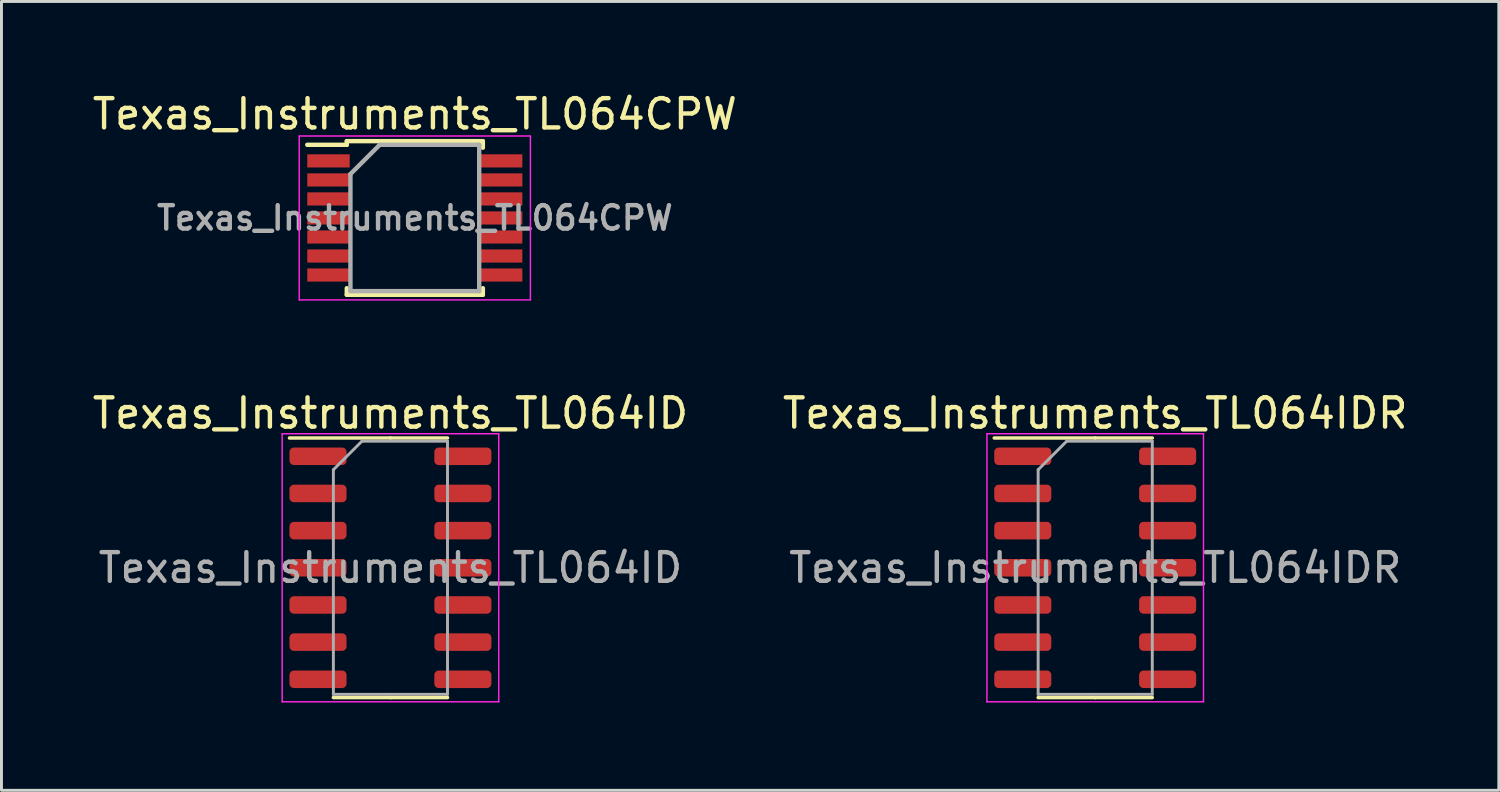
<source format=kicad_pcb>
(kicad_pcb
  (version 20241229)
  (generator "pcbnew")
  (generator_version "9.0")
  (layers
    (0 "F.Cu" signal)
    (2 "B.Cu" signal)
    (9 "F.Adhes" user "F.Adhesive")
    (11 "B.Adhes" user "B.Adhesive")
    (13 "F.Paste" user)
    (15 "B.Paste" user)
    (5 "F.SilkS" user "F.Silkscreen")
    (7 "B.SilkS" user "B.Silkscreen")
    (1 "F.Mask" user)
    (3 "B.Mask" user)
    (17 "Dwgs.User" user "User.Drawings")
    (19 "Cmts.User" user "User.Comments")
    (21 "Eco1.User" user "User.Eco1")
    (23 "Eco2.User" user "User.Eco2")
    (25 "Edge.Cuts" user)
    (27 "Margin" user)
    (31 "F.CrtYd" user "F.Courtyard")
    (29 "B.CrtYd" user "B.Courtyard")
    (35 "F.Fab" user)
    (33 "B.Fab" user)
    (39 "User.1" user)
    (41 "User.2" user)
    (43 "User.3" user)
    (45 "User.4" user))
  (footprint "Texas_Instruments_TL064CPW"
    (layer "F.Cu")
    (at 11.125 4.398)
    (property "Reference" "Texas_Instruments_TL064CPW" (at 0 -3.55 0) (layer "F.SilkS") (effects (font (size 1 1) (thickness 0.15))))
    (attr smd)
    (fp_line (start -2.325 -2.625) (end -2.325 -2.5) (stroke (width 0.15) (type solid)) (layer "F.SilkS"))
    (fp_line (start -2.325 -2.625) (end 2.325 -2.625) (stroke (width 0.15) (type solid)) (layer "F.SilkS"))
    (fp_line (start -2.325 -2.5) (end -3.675 -2.5) (stroke (width 0.15) (type solid)) (layer "F.SilkS"))
    (fp_line (start -2.325 2.625) (end -2.325 2.4) (stroke (width 0.15) (type solid)) (layer "F.SilkS"))
    (fp_line (start -2.325 2.625) (end 2.325 2.625) (stroke (width 0.15) (type solid)) (layer "F.SilkS"))
    (fp_line (start 2.325 -2.625) (end 2.325 -2.4) (stroke (width 0.15) (type solid)) (layer "F.SilkS"))
    (fp_line (start 2.325 2.625) (end 2.325 2.4) (stroke (width 0.15) (type solid)) (layer "F.SilkS"))
    (fp_line (start -3.95 -2.8) (end -3.95 2.8) (stroke (width 0.05) (type solid)) (layer "F.CrtYd"))
    (fp_line (start -3.95 -2.8) (end 3.95 -2.8) (stroke (width 0.05) (type solid)) (layer "F.CrtYd"))
    (fp_line (start -3.95 2.8) (end 3.95 2.8) (stroke (width 0.05) (type solid)) (layer "F.CrtYd"))
    (fp_line (start 3.95 -2.8) (end 3.95 2.8) (stroke (width 0.05) (type solid)) (layer "F.CrtYd"))
    (fp_line (start -2.2 -1.5) (end -1.2 -2.5) (stroke (width 0.15) (type solid)) (layer "F.Fab"))
    (fp_line (start -2.2 2.5) (end -2.2 -1.5) (stroke (width 0.15) (type solid)) (layer "F.Fab"))
    (fp_line (start -1.2 -2.5) (end 2.2 -2.5) (stroke (width 0.15) (type solid)) (layer "F.Fab"))
    (fp_line (start 2.2 -2.5) (end 2.2 2.5) (stroke (width 0.15) (type solid)) (layer "F.Fab"))
    (fp_line (start 2.2 2.5) (end -2.2 2.5) (stroke (width 0.15) (type solid)) (layer "F.Fab"))
    (fp_text user "${REFERENCE}" (at 0 0 0) (layer "F.Fab") (effects (font (size 0.8 0.8) (thickness 0.15))))
    (pad "1" smd rect (at -2.95 -1.95) (size 1.45 0.45) (layers "F.Cu" "F.Mask" "F.Paste"))
    (pad "2" smd rect (at -2.95 -1.3) (size 1.45 0.45) (layers "F.Cu" "F.Mask" "F.Paste"))
    (pad "3" smd rect (at -2.95 -0.65) (size 1.45 0.45) (layers "F.Cu" "F.Mask" "F.Paste"))
    (pad "4" smd rect (at -2.95 0) (size 1.45 0.45) (layers "F.Cu" "F.Mask" "F.Paste"))
    (pad "5" smd rect (at -2.95 0.65) (size 1.45 0.45) (layers "F.Cu" "F.Mask" "F.Paste"))
    (pad "6" smd rect (at -2.95 1.3) (size 1.45 0.45) (layers "F.Cu" "F.Mask" "F.Paste"))
    (pad "7" smd rect (at -2.95 1.95) (size 1.45 0.45) (layers "F.Cu" "F.Mask" "F.Paste"))
    (pad "8" smd rect (at 2.95 1.95) (size 1.45 0.45) (layers "F.Cu" "F.Mask" "F.Paste"))
    (pad "9" smd rect (at 2.95 1.3) (size 1.45 0.45) (layers "F.Cu" "F.Mask" "F.Paste"))
    (pad "10" smd rect (at 2.95 0.65) (size 1.45 0.45) (layers "F.Cu" "F.Mask" "F.Paste"))
    (pad "11" smd rect (at 2.95 0) (size 1.45 0.45) (layers "F.Cu" "F.Mask" "F.Paste"))
    (pad "12" smd rect (at 2.95 -0.65) (size 1.45 0.45) (layers "F.Cu" "F.Mask" "F.Paste"))
    (pad "13" smd rect (at 2.95 -1.3) (size 1.45 0.45) (layers "F.Cu" "F.Mask" "F.Paste"))
    (pad "14" smd rect (at 2.95 -1.95) (size 1.45 0.45) (layers "F.Cu" "F.Mask" "F.Paste")))
  (footprint "Texas_Instruments_TL064ID"
    (layer "F.Cu")
    (at 10.292 16.352)
    (property "Reference" "Texas_Instruments_TL064ID" (at 0 -5.28 0) (layer "F.SilkS") (effects (font (size 1 1) (thickness 0.15))))
    (attr smd)
    (fp_line (start 0 -4.435) (end -3.45 -4.435) (stroke (width 0.12) (type solid)) (layer "F.SilkS"))
    (fp_line (start 0 -4.435) (end 1.95 -4.435) (stroke (width 0.12) (type solid)) (layer "F.SilkS"))
    (fp_line (start 0 4.435) (end -1.95 4.435) (stroke (width 0.12) (type solid)) (layer "F.SilkS"))
    (fp_line (start 0 4.435) (end 1.95 4.435) (stroke (width 0.12) (type solid)) (layer "F.SilkS"))
    (fp_line (start -3.7 -4.58) (end -3.7 4.58) (stroke (width 0.05) (type solid)) (layer "F.CrtYd"))
    (fp_line (start -3.7 4.58) (end 3.7 4.58) (stroke (width 0.05) (type solid)) (layer "F.CrtYd"))
    (fp_line (start 3.7 -4.58) (end -3.7 -4.58) (stroke (width 0.05) (type solid)) (layer "F.CrtYd"))
    (fp_line (start 3.7 4.58) (end 3.7 -4.58) (stroke (width 0.05) (type solid)) (layer "F.CrtYd"))
    (fp_line (start -1.95 -3.35) (end -0.975 -4.325) (stroke (width 0.1) (type solid)) (layer "F.Fab"))
    (fp_line (start -1.95 4.325) (end -1.95 -3.35) (stroke (width 0.1) (type solid)) (layer "F.Fab"))
    (fp_line (start -0.975 -4.325) (end 1.95 -4.325) (stroke (width 0.1) (type solid)) (layer "F.Fab"))
    (fp_line (start 1.95 -4.325) (end 1.95 4.325) (stroke (width 0.1) (type solid)) (layer "F.Fab"))
    (fp_line (start 1.95 4.325) (end -1.95 4.325) (stroke (width 0.1) (type solid)) (layer "F.Fab"))
    (fp_text user "${REFERENCE}" (at 0 0 0) (layer "F.Fab") (effects (font (size 0.98 0.98) (thickness 0.15))))
    (pad "1" smd roundrect (at -2.475 -3.81) (size 1.95 0.6) (layers "F.Cu" "F.Mask" "F.Paste") (roundrect_rratio 0.25))
    (pad "2" smd roundrect (at -2.475 -2.54) (size 1.95 0.6) (layers "F.Cu" "F.Mask" "F.Paste") (roundrect_rratio 0.25))
    (pad "3" smd roundrect (at -2.475 -1.27) (size 1.95 0.6) (layers "F.Cu" "F.Mask" "F.Paste") (roundrect_rratio 0.25))
    (pad "4" smd roundrect (at -2.475 0) (size 1.95 0.6) (layers "F.Cu" "F.Mask" "F.Paste") (roundrect_rratio 0.25))
    (pad "5" smd roundrect (at -2.475 1.27) (size 1.95 0.6) (layers "F.Cu" "F.Mask" "F.Paste") (roundrect_rratio 0.25))
    (pad "6" smd roundrect (at -2.475 2.54) (size 1.95 0.6) (layers "F.Cu" "F.Mask" "F.Paste") (roundrect_rratio 0.25))
    (pad "7" smd roundrect (at -2.475 3.81) (size 1.95 0.6) (layers "F.Cu" "F.Mask" "F.Paste") (roundrect_rratio 0.25))
    (pad "8" smd roundrect (at 2.475 3.81) (size 1.95 0.6) (layers "F.Cu" "F.Mask" "F.Paste") (roundrect_rratio 0.25))
    (pad "9" smd roundrect (at 2.475 2.54) (size 1.95 0.6) (layers "F.Cu" "F.Mask" "F.Paste") (roundrect_rratio 0.25))
    (pad "10" smd roundrect (at 2.475 1.27) (size 1.95 0.6) (layers "F.Cu" "F.Mask" "F.Paste") (roundrect_rratio 0.25))
    (pad "11" smd roundrect (at 2.475 0) (size 1.95 0.6) (layers "F.Cu" "F.Mask" "F.Paste") (roundrect_rratio 0.25))
    (pad "12" smd roundrect (at 2.475 -1.27) (size 1.95 0.6) (layers "F.Cu" "F.Mask" "F.Paste") (roundrect_rratio 0.25))
    (pad "13" smd roundrect (at 2.475 -2.54) (size 1.95 0.6) (layers "F.Cu" "F.Mask" "F.Paste") (roundrect_rratio 0.25))
    (pad "14" smd roundrect (at 2.475 -3.81) (size 1.95 0.6) (layers "F.Cu" "F.Mask" "F.Paste") (roundrect_rratio 0.25)))
  (footprint "Texas_Instruments_TL064IDR"
    (layer "F.Cu")
    (at 34.375 16.352)
    (property "Reference" "Texas_Instruments_TL064IDR" (at 0 -5.28 0) (layer "F.SilkS") (effects (font (size 1 1) (thickness 0.15))))
    (attr smd)
    (fp_line (start 0 -4.435) (end -3.45 -4.435) (stroke (width 0.12) (type solid)) (layer "F.SilkS"))
    (fp_line (start 0 -4.435) (end 1.95 -4.435) (stroke (width 0.12) (type solid)) (layer "F.SilkS"))
    (fp_line (start 0 4.435) (end -1.95 4.435) (stroke (width 0.12) (type solid)) (layer "F.SilkS"))
    (fp_line (start 0 4.435) (end 1.95 4.435) (stroke (width 0.12) (type solid)) (layer "F.SilkS"))
    (fp_line (start -3.7 -4.58) (end -3.7 4.58) (stroke (width 0.05) (type solid)) (layer "F.CrtYd"))
    (fp_line (start -3.7 4.58) (end 3.7 4.58) (stroke (width 0.05) (type solid)) (layer "F.CrtYd"))
    (fp_line (start 3.7 -4.58) (end -3.7 -4.58) (stroke (width 0.05) (type solid)) (layer "F.CrtYd"))
    (fp_line (start 3.7 4.58) (end 3.7 -4.58) (stroke (width 0.05) (type solid)) (layer "F.CrtYd"))
    (fp_line (start -1.95 -3.35) (end -0.975 -4.325) (stroke (width 0.1) (type solid)) (layer "F.Fab"))
    (fp_line (start -1.95 4.325) (end -1.95 -3.35) (stroke (width 0.1) (type solid)) (layer "F.Fab"))
    (fp_line (start -0.975 -4.325) (end 1.95 -4.325) (stroke (width 0.1) (type solid)) (layer "F.Fab"))
    (fp_line (start 1.95 -4.325) (end 1.95 4.325) (stroke (width 0.1) (type solid)) (layer "F.Fab"))
    (fp_line (start 1.95 4.325) (end -1.95 4.325) (stroke (width 0.1) (type solid)) (layer "F.Fab"))
    (fp_text user "${REFERENCE}" (at 0 0 0) (layer "F.Fab") (effects (font (size 0.98 0.98) (thickness 0.15))))
    (pad "1" smd roundrect (at -2.475 -3.81) (size 1.95 0.6) (layers "F.Cu" "F.Mask" "F.Paste") (roundrect_rratio 0.25))
    (pad "2" smd roundrect (at -2.475 -2.54) (size 1.95 0.6) (layers "F.Cu" "F.Mask" "F.Paste") (roundrect_rratio 0.25))
    (pad "3" smd roundrect (at -2.475 -1.27) (size 1.95 0.6) (layers "F.Cu" "F.Mask" "F.Paste") (roundrect_rratio 0.25))
    (pad "4" smd roundrect (at -2.475 0) (size 1.95 0.6) (layers "F.Cu" "F.Mask" "F.Paste") (roundrect_rratio 0.25))
    (pad "5" smd roundrect (at -2.475 1.27) (size 1.95 0.6) (layers "F.Cu" "F.Mask" "F.Paste") (roundrect_rratio 0.25))
    (pad "6" smd roundrect (at -2.475 2.54) (size 1.95 0.6) (layers "F.Cu" "F.Mask" "F.Paste") (roundrect_rratio 0.25))
    (pad "7" smd roundrect (at -2.475 3.81) (size 1.95 0.6) (layers "F.Cu" "F.Mask" "F.Paste") (roundrect_rratio 0.25))
    (pad "8" smd roundrect (at 2.475 3.81) (size 1.95 0.6) (layers "F.Cu" "F.Mask" "F.Paste") (roundrect_rratio 0.25))
    (pad "9" smd roundrect (at 2.475 2.54) (size 1.95 0.6) (layers "F.Cu" "F.Mask" "F.Paste") (roundrect_rratio 0.25))
    (pad "10" smd roundrect (at 2.475 1.27) (size 1.95 0.6) (layers "F.Cu" "F.Mask" "F.Paste") (roundrect_rratio 0.25))
    (pad "11" smd roundrect (at 2.475 0) (size 1.95 0.6) (layers "F.Cu" "F.Mask" "F.Paste") (roundrect_rratio 0.25))
    (pad "12" smd roundrect (at 2.475 -1.27) (size 1.95 0.6) (layers "F.Cu" "F.Mask" "F.Paste") (roundrect_rratio 0.25))
    (pad "13" smd roundrect (at 2.475 -2.54) (size 1.95 0.6) (layers "F.Cu" "F.Mask" "F.Paste") (roundrect_rratio 0.25))
    (pad "14" smd roundrect (at 2.475 -3.81) (size 1.95 0.6) (layers "F.Cu" "F.Mask" "F.Paste") (roundrect_rratio 0.25)))
  (gr_rect
    (start -3 -3)
    (end 48.167 23.956)
    (stroke (width 0.1) (type default))
    (fill no)
    (layer "Edge.Cuts")))
</source>
